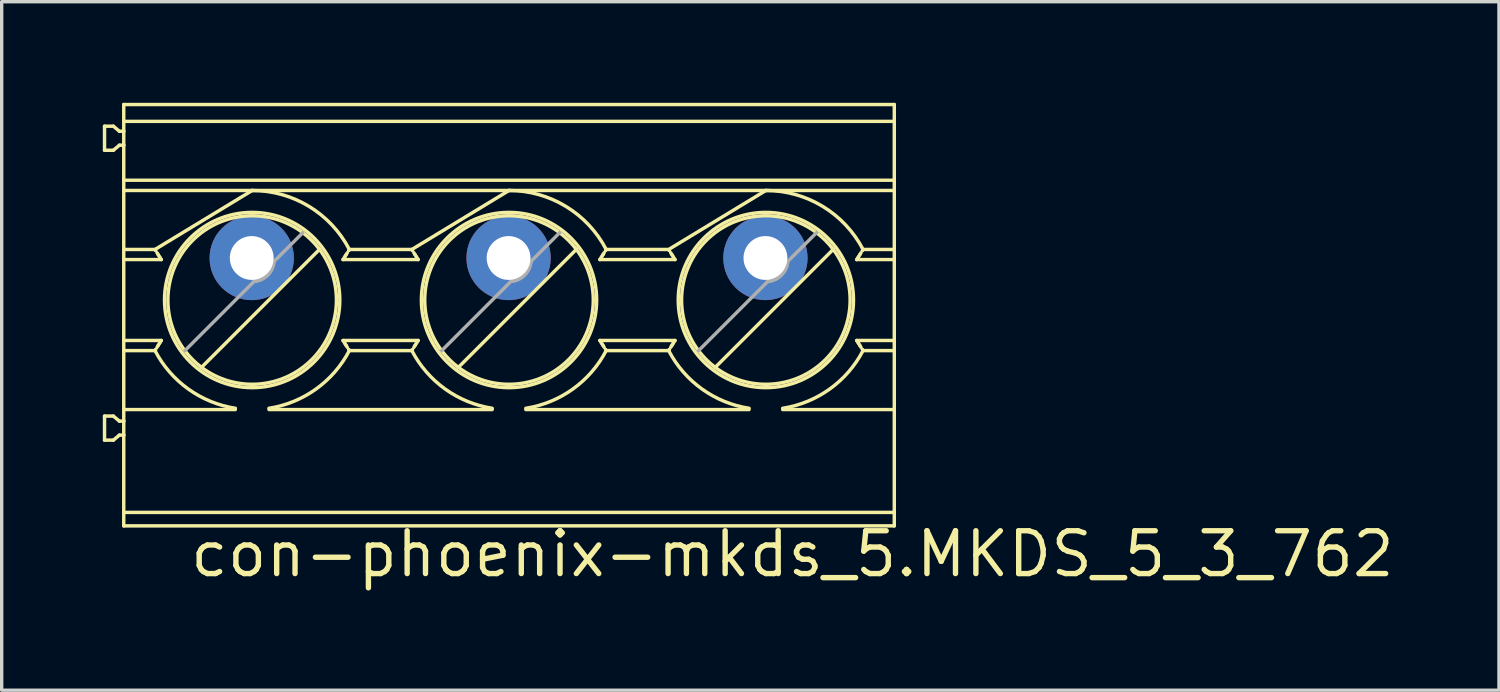
<source format=kicad_pcb>
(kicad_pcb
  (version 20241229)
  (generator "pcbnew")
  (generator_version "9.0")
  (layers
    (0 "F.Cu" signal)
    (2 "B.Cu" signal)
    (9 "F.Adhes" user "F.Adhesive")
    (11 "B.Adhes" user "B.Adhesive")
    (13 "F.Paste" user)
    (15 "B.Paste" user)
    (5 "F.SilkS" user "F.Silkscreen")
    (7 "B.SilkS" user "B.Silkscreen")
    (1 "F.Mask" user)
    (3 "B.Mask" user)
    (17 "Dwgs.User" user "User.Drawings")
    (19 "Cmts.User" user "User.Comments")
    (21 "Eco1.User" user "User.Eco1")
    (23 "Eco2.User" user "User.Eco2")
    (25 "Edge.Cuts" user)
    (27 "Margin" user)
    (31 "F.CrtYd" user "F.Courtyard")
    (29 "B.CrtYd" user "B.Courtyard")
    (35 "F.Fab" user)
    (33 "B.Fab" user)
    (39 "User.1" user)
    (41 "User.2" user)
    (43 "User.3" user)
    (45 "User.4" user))
  (footprint "con-phoenix-mkds_5.MKDS_5_3_762"
    (layer "F.Cu")
    (at 12.038 4.604)
    (property "Reference" "con-phoenix-mkds_5.MKDS_5_3_762" (at -9.525 9.525 0) (layer "F.SilkS") (effects (font (size 1.27 1.27) (thickness 0.16)) (justify left bottom)))
    (attr through_hole)
    (fp_line (start -11.987 -3.91) (end -11.987 -3.196) (stroke (width 0.102) (type default)) (layer "F.SilkS"))
    (fp_line (start -11.987 -3.196) (end -11.724 -3.196) (stroke (width 0.102) (type default)) (layer "F.SilkS"))
    (fp_line (start -11.987 4.69) (end -11.987 5.404) (stroke (width 0.102) (type default)) (layer "F.SilkS"))
    (fp_line (start -11.987 5.404) (end -11.724 5.404) (stroke (width 0.102) (type default)) (layer "F.SilkS"))
    (fp_line (start -11.724 -3.91) (end -11.987 -3.91) (stroke (width 0.102) (type default)) (layer "F.SilkS"))
    (fp_line (start -11.724 -3.196) (end -11.546 -3.346) (stroke (width 0.102) (type default)) (layer "F.SilkS"))
    (fp_line (start -11.724 4.69) (end -11.987 4.69) (stroke (width 0.102) (type default)) (layer "F.SilkS"))
    (fp_line (start -11.724 5.404) (end -11.546 5.254) (stroke (width 0.102) (type default)) (layer "F.SilkS"))
    (fp_line (start -11.546 -3.76) (end -11.724 -3.91) (stroke (width 0.102) (type default)) (layer "F.SilkS"))
    (fp_line (start -11.546 -3.346) (end -11.417 -3.346) (stroke (width 0.102) (type default)) (layer "F.SilkS"))
    (fp_line (start -11.546 4.84) (end -11.724 4.69) (stroke (width 0.102) (type default)) (layer "F.SilkS"))
    (fp_line (start -11.546 5.254) (end -11.417 5.254) (stroke (width 0.102) (type default)) (layer "F.SilkS"))
    (fp_line (start -11.417 -4.553) (end -11.417 -4.053) (stroke (width 0.102) (type default)) (layer "F.SilkS"))
    (fp_line (start -11.417 -4.553) (end 11.443 -4.553) (stroke (width 0.102) (type default)) (layer "F.SilkS"))
    (fp_line (start -11.417 -4.053) (end -11.417 -3.76) (stroke (width 0.102) (type default)) (layer "F.SilkS"))
    (fp_line (start -11.417 -3.76) (end -11.546 -3.76) (stroke (width 0.102) (type default)) (layer "F.SilkS"))
    (fp_line (start -11.417 -3.76) (end -11.417 -3.346) (stroke (width 0.102) (type default)) (layer "F.SilkS"))
    (fp_line (start -11.417 -3.346) (end -11.417 -2.307) (stroke (width 0.102) (type default)) (layer "F.SilkS"))
    (fp_line (start -11.417 -2.307) (end -11.417 -2.003) (stroke (width 0.102) (type default)) (layer "F.SilkS"))
    (fp_line (start -11.417 -2.307) (end 11.443 -2.307) (stroke (width 0.102) (type default)) (layer "F.SilkS"))
    (fp_line (start -11.417 -2.003) (end -11.417 -0.253) (stroke (width 0.102) (type default)) (layer "F.SilkS"))
    (fp_line (start -11.417 -2.003) (end -7.607 -2.003) (stroke (width 0.102) (type default)) (layer "F.SilkS"))
    (fp_line (start -11.417 -0.253) (end -11.417 0.047) (stroke (width 0.102) (type default)) (layer "F.SilkS"))
    (fp_line (start -11.417 -0.253) (end -10.49 -0.253) (stroke (width 0.102) (type default)) (layer "F.SilkS"))
    (fp_line (start -11.417 0.047) (end -10.302 0.047) (stroke (width 0.102) (type default)) (layer "F.SilkS"))
    (fp_line (start -11.417 2.447) (end -11.417 0.047) (stroke (width 0.102) (type default)) (layer "F.SilkS"))
    (fp_line (start -11.417 2.747) (end -11.417 2.447) (stroke (width 0.102) (type default)) (layer "F.SilkS"))
    (fp_line (start -11.417 2.747) (end -11.417 4.497) (stroke (width 0.102) (type default)) (layer "F.SilkS"))
    (fp_line (start -11.417 4.497) (end -11.417 4.84) (stroke (width 0.102) (type default)) (layer "F.SilkS"))
    (fp_line (start -11.417 4.84) (end -11.546 4.84) (stroke (width 0.102) (type default)) (layer "F.SilkS"))
    (fp_line (start -11.417 4.84) (end -11.417 5.254) (stroke (width 0.102) (type default)) (layer "F.SilkS"))
    (fp_line (start -11.417 5.254) (end -11.417 7.547) (stroke (width 0.102) (type default)) (layer "F.SilkS"))
    (fp_line (start -11.417 7.547) (end -11.417 7.947) (stroke (width 0.102) (type default)) (layer "F.SilkS"))
    (fp_line (start -11.417 7.547) (end 11.443 7.547) (stroke (width 0.102) (type default)) (layer "F.SilkS"))
    (fp_line (start -11.417 7.947) (end 11.443 7.947) (stroke (width 0.102) (type default)) (layer "F.SilkS"))
    (fp_line (start -10.49 2.747) (end -11.417 2.747) (stroke (width 0.102) (type default)) (layer "F.SilkS"))
    (fp_line (start -10.484 2.736) (end -10.476 2.724) (stroke (width 0.102) (type default)) (layer "F.SilkS"))
    (fp_line (start -10.476 -0.231) (end -10.484 -0.242) (stroke (width 0.102) (type default)) (layer "F.SilkS"))
    (fp_line (start -10.476 2.724) (end -10.469 2.713) (stroke (width 0.102) (type default)) (layer "F.SilkS"))
    (fp_line (start -10.469 -0.219) (end -10.476 -0.231) (stroke (width 0.102) (type default)) (layer "F.SilkS"))
    (fp_line (start -10.43 2.65) (end -10.391 2.587) (stroke (width 0.102) (type default)) (layer "F.SilkS"))
    (fp_line (start -10.391 -0.093) (end -10.43 -0.156) (stroke (width 0.102) (type default)) (layer "F.SilkS"))
    (fp_line (start -10.391 2.587) (end -10.352 2.525) (stroke (width 0.102) (type default)) (layer "F.SilkS"))
    (fp_line (start -10.352 -0.03) (end -10.391 -0.093) (stroke (width 0.102) (type default)) (layer "F.SilkS"))
    (fp_line (start -10.302 2.447) (end -11.417 2.447) (stroke (width 0.102) (type default)) (layer "F.SilkS"))
    (fp_line (start -8.107 4.497) (end -11.417 4.497) (stroke (width 0.102) (type default)) (layer "F.SilkS"))
    (fp_line (start -7.607 -2.003) (end -10.49 -0.253) (stroke (width 0.102) (type default)) (layer "F.SilkS"))
    (fp_line (start -7.607 -2.003) (end 0.013 -2.003) (stroke (width 0.102) (type default)) (layer "F.SilkS"))
    (fp_line (start -5.609 -0.256) (end -9.11 3.245) (stroke (width 0.102) (type default)) (layer "F.SilkS"))
    (fp_line (start -4.912 0.047) (end -2.682 0.047) (stroke (width 0.102) (type default)) (layer "F.SilkS"))
    (fp_line (start -4.862 2.525) (end -4.823 2.587) (stroke (width 0.102) (type default)) (layer "F.SilkS"))
    (fp_line (start -4.823 -0.093) (end -4.862 -0.03) (stroke (width 0.102) (type default)) (layer "F.SilkS"))
    (fp_line (start -4.823 2.587) (end -4.784 2.65) (stroke (width 0.102) (type default)) (layer "F.SilkS"))
    (fp_line (start -4.784 -0.156) (end -4.823 -0.093) (stroke (width 0.102) (type default)) (layer "F.SilkS"))
    (fp_line (start -4.745 2.713) (end -4.737 2.724) (stroke (width 0.102) (type default)) (layer "F.SilkS"))
    (fp_line (start -4.737 -0.231) (end -4.745 -0.219) (stroke (width 0.102) (type default)) (layer "F.SilkS"))
    (fp_line (start -4.737 2.724) (end -4.73 2.736) (stroke (width 0.102) (type default)) (layer "F.SilkS"))
    (fp_line (start -4.73 -0.242) (end -4.737 -0.231) (stroke (width 0.102) (type default)) (layer "F.SilkS"))
    (fp_line (start -4.724 -0.253) (end -2.87 -0.253) (stroke (width 0.102) (type default)) (layer "F.SilkS"))
    (fp_line (start -2.87 2.747) (end -4.724 2.747) (stroke (width 0.102) (type default)) (layer "F.SilkS"))
    (fp_line (start -2.864 2.736) (end -2.857 2.724) (stroke (width 0.102) (type default)) (layer "F.SilkS"))
    (fp_line (start -2.857 -0.231) (end -2.864 -0.242) (stroke (width 0.102) (type default)) (layer "F.SilkS"))
    (fp_line (start -2.857 2.724) (end -2.849 2.713) (stroke (width 0.102) (type default)) (layer "F.SilkS"))
    (fp_line (start -2.849 -0.219) (end -2.857 -0.231) (stroke (width 0.102) (type default)) (layer "F.SilkS"))
    (fp_line (start -2.81 2.65) (end -2.771 2.587) (stroke (width 0.102) (type default)) (layer "F.SilkS"))
    (fp_line (start -2.771 -0.093) (end -2.81 -0.156) (stroke (width 0.102) (type default)) (layer "F.SilkS"))
    (fp_line (start -2.771 2.587) (end -2.732 2.525) (stroke (width 0.102) (type default)) (layer "F.SilkS"))
    (fp_line (start -2.732 -0.03) (end -2.771 -0.093) (stroke (width 0.102) (type default)) (layer "F.SilkS"))
    (fp_line (start -2.682 2.447) (end -4.912 2.447) (stroke (width 0.102) (type default)) (layer "F.SilkS"))
    (fp_line (start -0.487 4.497) (end -7.107 4.497) (stroke (width 0.102) (type default)) (layer "F.SilkS"))
    (fp_line (start 0.013 -2.003) (end -2.87 -0.253) (stroke (width 0.102) (type default)) (layer "F.SilkS"))
    (fp_line (start 0.013 -2.003) (end 7.633 -2.003) (stroke (width 0.102) (type default)) (layer "F.SilkS"))
    (fp_line (start 2.011 -0.256) (end -1.49 3.245) (stroke (width 0.102) (type default)) (layer "F.SilkS"))
    (fp_line (start 2.708 0.047) (end 4.938 0.047) (stroke (width 0.102) (type default)) (layer "F.SilkS"))
    (fp_line (start 2.758 2.525) (end 2.797 2.587) (stroke (width 0.102) (type default)) (layer "F.SilkS"))
    (fp_line (start 2.797 -0.093) (end 2.758 -0.03) (stroke (width 0.102) (type default)) (layer "F.SilkS"))
    (fp_line (start 2.797 2.587) (end 2.836 2.65) (stroke (width 0.102) (type default)) (layer "F.SilkS"))
    (fp_line (start 2.836 -0.156) (end 2.797 -0.093) (stroke (width 0.102) (type default)) (layer "F.SilkS"))
    (fp_line (start 2.875 2.713) (end 2.882 2.724) (stroke (width 0.102) (type default)) (layer "F.SilkS"))
    (fp_line (start 2.882 -0.231) (end 2.875 -0.219) (stroke (width 0.102) (type default)) (layer "F.SilkS"))
    (fp_line (start 2.882 2.724) (end 2.89 2.736) (stroke (width 0.102) (type default)) (layer "F.SilkS"))
    (fp_line (start 2.89 -0.242) (end 2.882 -0.231) (stroke (width 0.102) (type default)) (layer "F.SilkS"))
    (fp_line (start 2.896 -0.253) (end 4.75 -0.253) (stroke (width 0.102) (type default)) (layer "F.SilkS"))
    (fp_line (start 4.75 2.747) (end 2.896 2.747) (stroke (width 0.102) (type default)) (layer "F.SilkS"))
    (fp_line (start 4.756 2.736) (end 4.763 2.724) (stroke (width 0.102) (type default)) (layer "F.SilkS"))
    (fp_line (start 4.763 2.724) (end 4.771 2.713) (stroke (width 0.102) (type default)) (layer "F.SilkS"))
    (fp_line (start 4.764 -0.231) (end 4.756 -0.242) (stroke (width 0.102) (type default)) (layer "F.SilkS"))
    (fp_line (start 4.771 -0.219) (end 4.764 -0.231) (stroke (width 0.102) (type default)) (layer "F.SilkS"))
    (fp_line (start 4.81 2.65) (end 4.849 2.587) (stroke (width 0.102) (type default)) (layer "F.SilkS"))
    (fp_line (start 4.849 -0.093) (end 4.81 -0.156) (stroke (width 0.102) (type default)) (layer "F.SilkS"))
    (fp_line (start 4.849 2.587) (end 4.888 2.525) (stroke (width 0.102) (type default)) (layer "F.SilkS"))
    (fp_line (start 4.888 -0.03) (end 4.849 -0.093) (stroke (width 0.102) (type default)) (layer "F.SilkS"))
    (fp_line (start 4.938 2.447) (end 2.708 2.447) (stroke (width 0.102) (type default)) (layer "F.SilkS"))
    (fp_line (start 7.133 4.497) (end 0.513 4.497) (stroke (width 0.102) (type default)) (layer "F.SilkS"))
    (fp_line (start 7.633 -2.003) (end 4.75 -0.253) (stroke (width 0.102) (type default)) (layer "F.SilkS"))
    (fp_line (start 7.633 -2.003) (end 11.443 -2.003) (stroke (width 0.102) (type default)) (layer "F.SilkS"))
    (fp_line (start 9.631 -0.256) (end 6.13 3.245) (stroke (width 0.102) (type default)) (layer "F.SilkS"))
    (fp_line (start 10.328 0.047) (end 11.443 0.047) (stroke (width 0.102) (type default)) (layer "F.SilkS"))
    (fp_line (start 10.378 2.525) (end 10.417 2.587) (stroke (width 0.102) (type default)) (layer "F.SilkS"))
    (fp_line (start 10.417 -0.093) (end 10.378 -0.03) (stroke (width 0.102) (type default)) (layer "F.SilkS"))
    (fp_line (start 10.417 2.587) (end 10.456 2.65) (stroke (width 0.102) (type default)) (layer "F.SilkS"))
    (fp_line (start 10.456 -0.156) (end 10.417 -0.093) (stroke (width 0.102) (type default)) (layer "F.SilkS"))
    (fp_line (start 10.495 2.713) (end 10.502 2.724) (stroke (width 0.102) (type default)) (layer "F.SilkS"))
    (fp_line (start 10.502 -0.231) (end 10.495 -0.219) (stroke (width 0.102) (type default)) (layer "F.SilkS"))
    (fp_line (start 10.502 2.724) (end 10.51 2.736) (stroke (width 0.102) (type default)) (layer "F.SilkS"))
    (fp_line (start 10.51 -0.242) (end 10.502 -0.231) (stroke (width 0.102) (type default)) (layer "F.SilkS"))
    (fp_line (start 10.516 -0.253) (end 11.443 -0.253) (stroke (width 0.102) (type default)) (layer "F.SilkS"))
    (fp_line (start 11.443 -4.553) (end 11.443 -4.053) (stroke (width 0.102) (type default)) (layer "F.SilkS"))
    (fp_line (start 11.443 -4.053) (end -11.417 -4.053) (stroke (width 0.102) (type default)) (layer "F.SilkS"))
    (fp_line (start 11.443 -4.053) (end 11.443 -2.307) (stroke (width 0.102) (type default)) (layer "F.SilkS"))
    (fp_line (start 11.443 -2.307) (end 11.443 -2.003) (stroke (width 0.102) (type default)) (layer "F.SilkS"))
    (fp_line (start 11.443 -2.003) (end 11.443 -0.253) (stroke (width 0.102) (type default)) (layer "F.SilkS"))
    (fp_line (start 11.443 -0.253) (end 11.443 0.047) (stroke (width 0.102) (type default)) (layer "F.SilkS"))
    (fp_line (start 11.443 2.447) (end 10.328 2.447) (stroke (width 0.102) (type default)) (layer "F.SilkS"))
    (fp_line (start 11.443 2.447) (end 11.443 0.047) (stroke (width 0.102) (type default)) (layer "F.SilkS"))
    (fp_line (start 11.443 2.747) (end 10.516 2.747) (stroke (width 0.102) (type default)) (layer "F.SilkS"))
    (fp_line (start 11.443 2.747) (end 11.443 2.447) (stroke (width 0.102) (type default)) (layer "F.SilkS"))
    (fp_line (start 11.443 2.747) (end 11.443 4.497) (stroke (width 0.102) (type default)) (layer "F.SilkS"))
    (fp_line (start 11.443 4.497) (end 8.133 4.497) (stroke (width 0.102) (type default)) (layer "F.SilkS"))
    (fp_line (start 11.443 4.497) (end 11.443 7.547) (stroke (width 0.102) (type default)) (layer "F.SilkS"))
    (fp_line (start 11.443 7.547) (end 11.443 7.947) (stroke (width 0.102) (type default)) (layer "F.SilkS"))
    (fp_arc (start -10.3517 2.5245) (mid -10.326881 2.485698) (end -10.3019 2.447) (stroke (width 0.1016) (type default)) (layer "F.SilkS"))
    (fp_arc (start -10.3019 0.047) (mid -10.326881 0.008302) (end -10.3517 -0.0305) (stroke (width 0.1016) (type default)) (layer "F.SilkS"))
    (fp_arc (start -9.6048 2.7499) (mid -9.374755 -0.520755) (end -6.1041 -0.7508) (stroke (width 0.1016) (type default)) (layer "F.SilkS"))
    (fp_arc (start -9.1099 3.2448) (mid -9.374758 3.014758) (end -9.6048 2.7499) (stroke (width 0.1016) (type default)) (layer "F.SilkS"))
    (fp_arc (start -8.1054 4.4585) (mid -9.501997 3.887335) (end -10.4901 2.747) (stroke (width 0.1016) (type default)) (layer "F.SilkS"))
    (fp_arc (start -7.607 -2.003) (mid -5.920681 -1.531253) (end -4.7239 -0.253) (stroke (width 0.1016) (type default)) (layer "F.SilkS"))
    (fp_arc (start -6.1041 -0.7508) (mid -5.839253 -0.520747) (end -5.6092 -0.2559) (stroke (width 0.1016) (type default)) (layer "F.SilkS"))
    (fp_arc (start -5.6092 -0.2559) (mid -5.839245 3.014755) (end -9.1099 3.2448) (stroke (width 0.1016) (type default)) (layer "F.SilkS"))
    (fp_arc (start -4.9121 2.447) (mid -4.887069 2.485698) (end -4.8622 2.5245) (stroke (width 0.1016) (type default)) (layer "F.SilkS"))
    (fp_arc (start -4.8622 -0.0305) (mid -4.88707 0.008302) (end -4.9121 0.047) (stroke (width 0.1016) (type default)) (layer "F.SilkS"))
    (fp_arc (start -4.7239 2.747) (mid -5.711968 3.887302) (end -7.1085 4.4585) (stroke (width 0.1016) (type default)) (layer "F.SilkS"))
    (fp_arc (start -2.7317 2.5245) (mid -2.70688 2.485698) (end -2.6819 2.447) (stroke (width 0.1016) (type default)) (layer "F.SilkS"))
    (fp_arc (start -2.6819 0.047) (mid -2.706881 0.008302) (end -2.7317 -0.0305) (stroke (width 0.1016) (type default)) (layer "F.SilkS"))
    (fp_arc (start -1.9848 2.7499) (mid -1.754755 -0.520755) (end 1.5159 -0.7508) (stroke (width 0.1016) (type default)) (layer "F.SilkS"))
    (fp_arc (start -1.4899 3.2448) (mid -1.754758 3.014758) (end -1.9848 2.7499) (stroke (width 0.1016) (type default)) (layer "F.SilkS"))
    (fp_arc (start -0.4854 4.4585) (mid -1.881997 3.887335) (end -2.8701 2.747) (stroke (width 0.1016) (type default)) (layer "F.SilkS"))
    (fp_arc (start 0.013 -2.003) (mid 1.699319 -1.531253) (end 2.8961 -0.253) (stroke (width 0.1016) (type default)) (layer "F.SilkS"))
    (fp_arc (start 1.5159 -0.7508) (mid 1.780751 -0.520751) (end 2.0108 -0.2559) (stroke (width 0.1016) (type default)) (layer "F.SilkS"))
    (fp_arc (start 2.0108 -0.2559) (mid 1.780755 3.014755) (end -1.4899 3.2448) (stroke (width 0.1016) (type default)) (layer "F.SilkS"))
    (fp_arc (start 2.7079 2.447) (mid 2.732931 2.485698) (end 2.7578 2.5245) (stroke (width 0.1016) (type default)) (layer "F.SilkS"))
    (fp_arc (start 2.7578 -0.0305) (mid 2.73293 0.008302) (end 2.7079 0.047) (stroke (width 0.1016) (type default)) (layer "F.SilkS"))
    (fp_arc (start 2.8961 2.747) (mid 1.908032 3.887302) (end 0.5115 4.4585) (stroke (width 0.1016) (type default)) (layer "F.SilkS"))
    (fp_arc (start 4.8883 2.5245) (mid 4.91312 2.485698) (end 4.9381 2.447) (stroke (width 0.1016) (type default)) (layer "F.SilkS"))
    (fp_arc (start 4.9381 0.047) (mid 4.913119 0.008302) (end 4.8883 -0.0305) (stroke (width 0.1016) (type default)) (layer "F.SilkS"))
    (fp_arc (start 5.6352 2.7499) (mid 5.865331 -0.520669) (end 9.1359 -0.7508) (stroke (width 0.1016) (type default)) (layer "F.SilkS"))
    (fp_arc (start 6.1301 3.2448) (mid 5.865246 3.014754) (end 5.6352 2.7499) (stroke (width 0.1016) (type default)) (layer "F.SilkS"))
    (fp_arc (start 7.1346 4.4585) (mid 5.738019 3.887314) (end 4.7499 2.747) (stroke (width 0.1016) (type default)) (layer "F.SilkS"))
    (fp_arc (start 7.633 -2.003) (mid 9.319319 -1.531253) (end 10.5161 -0.253) (stroke (width 0.1016) (type default)) (layer "F.SilkS"))
    (fp_arc (start 9.1359 -0.7508) (mid 9.400751 -0.520751) (end 9.6308 -0.2559) (stroke (width 0.1016) (type default)) (layer "F.SilkS"))
    (fp_arc (start 9.6308 -0.2559) (mid 9.400841 3.014841) (end 6.1301 3.2448) (stroke (width 0.1016) (type default)) (layer "F.SilkS"))
    (fp_arc (start 10.3279 2.447) (mid 10.352931 2.485698) (end 10.3778 2.5245) (stroke (width 0.1016) (type default)) (layer "F.SilkS"))
    (fp_arc (start 10.3778 -0.0305) (mid 10.35293 0.008302) (end 10.3279 0.047) (stroke (width 0.1016) (type default)) (layer "F.SilkS"))
    (fp_arc (start 10.5161 2.747) (mid 9.528032 3.887302) (end 8.1315 4.4585) (stroke (width 0.1016) (type default)) (layer "F.SilkS"))
    (fp_circle (center -7.607 1.247) (end -5.007 1.247) (stroke (width 0.102) (type default)) (fill no) (layer "F.SilkS"))
    (fp_circle (center 0.013 1.247) (end 2.613 1.247) (stroke (width 0.102) (type default)) (fill no) (layer "F.SilkS"))
    (fp_circle (center 7.633 1.247) (end 10.233 1.247) (stroke (width 0.102) (type default)) (fill no) (layer "F.SilkS"))
    (fp_line (start -7.549 0.694) (end -9.605 2.75) (stroke (width 0.102) (type default)) (layer "F.Fab"))
    (fp_line (start -6.96 0.105) (end -7.549 0.694) (stroke (width 0.102) (type default)) (layer "F.Fab"))
    (fp_line (start -6.104 -0.751) (end -6.96 0.105) (stroke (width 0.102) (type default)) (layer "F.Fab"))
    (fp_line (start 0.071 0.694) (end -1.985 2.75) (stroke (width 0.102) (type default)) (layer "F.Fab"))
    (fp_line (start 0.66 0.105) (end 0.071 0.694) (stroke (width 0.102) (type default)) (layer "F.Fab"))
    (fp_line (start 1.516 -0.751) (end 0.66 0.105) (stroke (width 0.102) (type default)) (layer "F.Fab"))
    (fp_line (start 7.691 0.694) (end 5.635 2.75) (stroke (width 0.102) (type default)) (layer "F.Fab"))
    (fp_line (start 8.28 0.105) (end 7.691 0.694) (stroke (width 0.102) (type default)) (layer "F.Fab"))
    (fp_line (start 9.136 -0.751) (end 8.28 0.105) (stroke (width 0.102) (type default)) (layer "F.Fab"))
    (fp_arc (start -6.9596 0.1046) (mid -7.147411 0.506589) (end -7.5494 0.6944) (stroke (width 0.1016) (type default)) (layer "F.Fab"))
    (fp_arc (start -6.9596 0.1046) (mid -7.147411 0.506589) (end -7.5494 0.6944) (stroke (width 0.1016) (type default)) (layer "F.Fab"))
    (fp_arc (start 0.6604 0.1046) (mid 0.472589 0.506589) (end 0.0706 0.6944) (stroke (width 0.1016) (type default)) (layer "F.Fab"))
    (fp_arc (start 0.6604 0.1046) (mid 0.472589 0.506589) (end 0.0706 0.6944) (stroke (width 0.1016) (type default)) (layer "F.Fab"))
    (fp_arc (start 8.2804 0.1046) (mid 8.092589 0.506589) (end 7.6906 0.6944) (stroke (width 0.1016) (type default)) (layer "F.Fab"))
    (fp_arc (start 8.2804 0.1046) (mid 8.092589 0.506589) (end 7.6906 0.6944) (stroke (width 0.1016) (type default)) (layer "F.Fab"))
    (pad "1" thru_hole circle (at -7.62 0) (size 2.5 2.5) (drill 1.3) (layers "*.Cu" "*.Mask"))
    (pad "2" thru_hole circle (at 0 0) (size 2.5 2.5) (drill 1.3) (layers "*.Cu" "*.Mask"))
    (pad "3" thru_hole circle (at 7.62 0) (size 2.5 2.5) (drill 1.3) (layers "*.Cu" "*.Mask")))
  (gr_rect
    (start -3 -3)
    (end 41.42 17.426)
    (stroke (width 0.1) (type default))
    (fill no)
    (layer "Edge.Cuts")))
</source>
